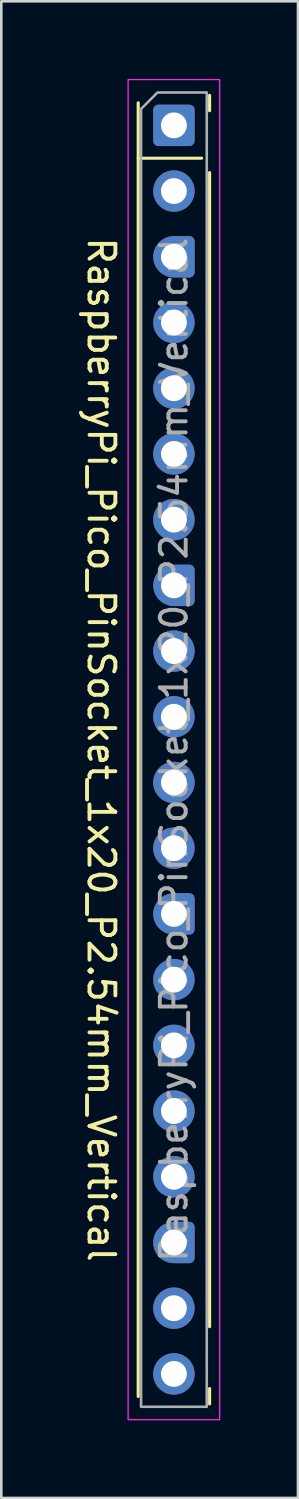
<source format=kicad_pcb>
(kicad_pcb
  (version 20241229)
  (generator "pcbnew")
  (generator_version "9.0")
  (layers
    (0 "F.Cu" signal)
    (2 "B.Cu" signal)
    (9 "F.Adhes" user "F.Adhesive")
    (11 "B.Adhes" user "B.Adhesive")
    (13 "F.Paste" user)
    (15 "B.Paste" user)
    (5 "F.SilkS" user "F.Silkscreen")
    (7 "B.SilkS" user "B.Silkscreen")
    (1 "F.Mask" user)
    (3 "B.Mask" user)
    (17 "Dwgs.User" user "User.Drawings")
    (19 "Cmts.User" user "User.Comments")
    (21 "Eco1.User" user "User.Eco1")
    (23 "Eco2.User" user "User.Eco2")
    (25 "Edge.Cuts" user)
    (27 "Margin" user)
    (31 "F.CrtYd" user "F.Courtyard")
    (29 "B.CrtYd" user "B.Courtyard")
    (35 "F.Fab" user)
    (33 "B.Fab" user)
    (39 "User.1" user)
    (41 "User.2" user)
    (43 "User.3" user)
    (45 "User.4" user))
  (footprint "RaspberryPi_Pico_PinSocket_1x20_P2.54mm_Vertical"
    (layer "F.Cu")
    (at 3.672 1.795)
    (property "Reference" "RaspberryPi_Pico_PinSocket_1x20_P2.54mm_Vertical" (at -2.223 24.13 270) (unlocked yes) (layer "F.SilkS") (effects (font (size 1 1) (thickness 0.15)) (justify top)))
    (attr through_hole)
    (fp_line (start -1.38 -0.87) (end -1.38 49.13) (stroke (width 0.12) (type solid)) (layer "F.SilkS"))
    (fp_line (start -1.38 1.27) (end 1.071 1.27) (stroke (width 0.12) (type solid)) (layer "F.SilkS"))
    (fp_line (start 1.38 -1.16) (end 1.38 -0.566) (stroke (width 0.12) (type solid)) (layer "F.SilkS"))
    (fp_line (start 1.38 1.826) (end 1.38 46.434) (stroke (width 0.12) (type solid)) (layer "F.SilkS"))
    (fp_line (start 1.38 49.42) (end 1.38 48.826) (stroke (width 0.12) (type solid)) (layer "F.SilkS"))
    (fp_rect (start -1.77 -1.77) (end 1.77 50.03) (stroke (width 0.05) (type default)) (fill no) (layer "F.CrtYd"))
    (fp_poly (pts (xy -1.27 -0.635) (xy -0.635 -1.27) (xy 1.27 -1.27) (xy 1.27 49.53) (xy -1.27 49.53)) (stroke (width 0.1) (type solid)) (fill no) (layer "F.Fab"))
    (fp_text user "${REFERENCE}" (at 0 24.13 90) (layer "F.Fab") (effects (font (size 1 1) (thickness 0.15))))
    (pad "1" thru_hole roundrect (at 0 0) (size 1.6 1.6) (drill 1) (layers "*.Cu" "*.Mask") (roundrect_rratio 0.125))
    (pad "2" thru_hole circle (at 0 2.54) (size 1.6 1.6) (drill 1) (layers "*.Cu" "*.Mask"))
    (pad "3" thru_hole custom (at 0 5.08) (size 1.6 1.6) (drill 1) (layers "*.Cu" "*.Mask") (options (anchor circle)) (primitives (gr_poly (pts (xy 0.8 0.6) (xy 0.8 -0.6) (xy 0.6 -0.8) (xy 0 -0.8) (xy 0 0.8) (xy 0.6 0.8)) (width 0) (fill yes)) (gr_circle (center 0.6 0.6) (end 0.8 0.6) (width 0) (fill yes)) (gr_circle (center 0.6 -0.6) (end 0.8 -0.6) (width 0) (fill yes))))
    (pad "4" thru_hole circle (at 0 7.62) (size 1.6 1.6) (drill 1) (layers "*.Cu" "*.Mask"))
    (pad "5" thru_hole circle (at 0 10.16) (size 1.6 1.6) (drill 1) (layers "*.Cu" "*.Mask"))
    (pad "6" thru_hole circle (at 0 12.7) (size 1.6 1.6) (drill 1) (layers "*.Cu" "*.Mask"))
    (pad "7" thru_hole circle (at 0 15.24) (size 1.6 1.6) (drill 1) (layers "*.Cu" "*.Mask"))
    (pad "8" thru_hole custom (at 0 17.78) (size 1.6 1.6) (drill 1) (layers "*.Cu" "*.Mask") (options (anchor circle)) (primitives (gr_poly (pts (xy 0.8 0.6) (xy 0.8 -0.6) (xy 0.6 -0.8) (xy 0 -0.8) (xy 0 0.8) (xy 0.6 0.8)) (width 0) (fill yes)) (gr_circle (center 0.6 0.6) (end 0.8 0.6) (width 0) (fill yes)) (gr_circle (center 0.6 -0.6) (end 0.8 -0.6) (width 0) (fill yes))))
    (pad "9" thru_hole circle (at 0 20.32) (size 1.6 1.6) (drill 1) (layers "*.Cu" "*.Mask"))
    (pad "10" thru_hole circle (at 0 22.86) (size 1.6 1.6) (drill 1) (layers "*.Cu" "*.Mask"))
    (pad "11" thru_hole circle (at 0 25.4) (size 1.6 1.6) (drill 1) (layers "*.Cu" "*.Mask"))
    (pad "12" thru_hole circle (at 0 27.94) (size 1.6 1.6) (drill 1) (layers "*.Cu" "*.Mask"))
    (pad "13" thru_hole custom (at 0 30.48) (size 1.6 1.6) (drill 1) (layers "*.Cu" "*.Mask") (options (anchor circle)) (primitives (gr_poly (pts (xy 0.8 0.6) (xy 0.8 -0.6) (xy 0.6 -0.8) (xy 0 -0.8) (xy 0 0.8) (xy 0.6 0.8)) (width 0) (fill yes)) (gr_circle (center 0.6 0.6) (end 0.8 0.6) (width 0) (fill yes)) (gr_circle (center 0.6 -0.6) (end 0.8 -0.6) (width 0) (fill yes))))
    (pad "14" thru_hole circle (at 0 33.02) (size 1.6 1.6) (drill 1) (layers "*.Cu" "*.Mask"))
    (pad "15" thru_hole circle (at 0 35.56) (size 1.6 1.6) (drill 1) (layers "*.Cu" "*.Mask"))
    (pad "16" thru_hole circle (at 0 38.1) (size 1.6 1.6) (drill 1) (layers "*.Cu" "*.Mask"))
    (pad "17" thru_hole circle (at 0 40.64) (size 1.6 1.6) (drill 1) (layers "*.Cu" "*.Mask"))
    (pad "18" thru_hole custom (at 0 43.18) (size 1.6 1.6) (drill 1) (layers "*.Cu" "*.Mask") (options (anchor circle)) (primitives (gr_poly (pts (xy 0.8 0.6) (xy 0.8 -0.6) (xy 0.6 -0.8) (xy 0 -0.8) (xy 0 0.8) (xy 0.6 0.8)) (width 0) (fill yes)) (gr_circle (center 0.6 0.6) (end 0.8 0.6) (width 0) (fill yes)) (gr_circle (center 0.6 -0.6) (end 0.8 -0.6) (width 0) (fill yes))))
    (pad "19" thru_hole circle (at 0 45.72) (size 1.6 1.6) (drill 1) (layers "*.Cu" "*.Mask"))
    (pad "20" thru_hole circle (at 0 48.26) (size 1.6 1.6) (drill 1) (layers "*.Cu" "*.Mask")))
  (gr_rect
    (start -3 -3)
    (end 8.467 54.85)
    (stroke (width 0.1) (type default))
    (fill no)
    (layer "Edge.Cuts")))
</source>
